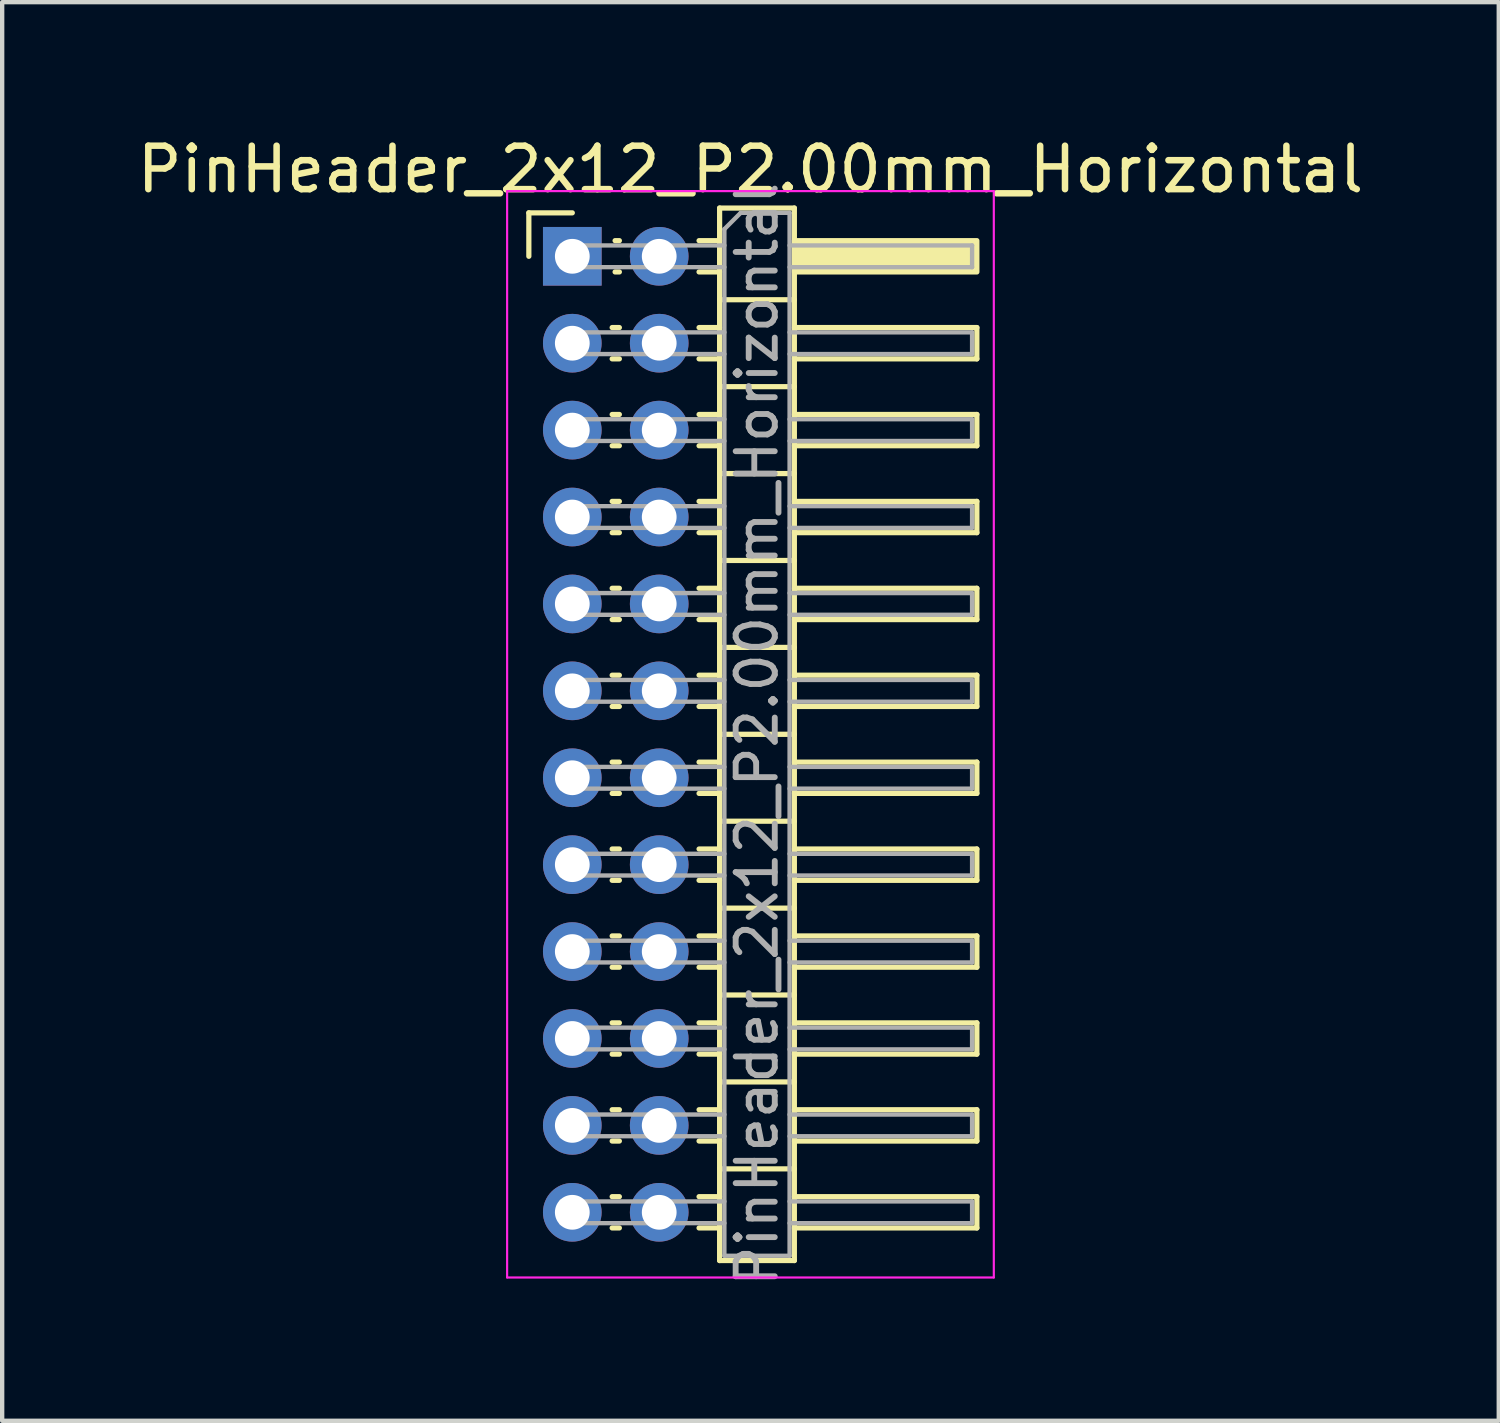
<source format=kicad_pcb>
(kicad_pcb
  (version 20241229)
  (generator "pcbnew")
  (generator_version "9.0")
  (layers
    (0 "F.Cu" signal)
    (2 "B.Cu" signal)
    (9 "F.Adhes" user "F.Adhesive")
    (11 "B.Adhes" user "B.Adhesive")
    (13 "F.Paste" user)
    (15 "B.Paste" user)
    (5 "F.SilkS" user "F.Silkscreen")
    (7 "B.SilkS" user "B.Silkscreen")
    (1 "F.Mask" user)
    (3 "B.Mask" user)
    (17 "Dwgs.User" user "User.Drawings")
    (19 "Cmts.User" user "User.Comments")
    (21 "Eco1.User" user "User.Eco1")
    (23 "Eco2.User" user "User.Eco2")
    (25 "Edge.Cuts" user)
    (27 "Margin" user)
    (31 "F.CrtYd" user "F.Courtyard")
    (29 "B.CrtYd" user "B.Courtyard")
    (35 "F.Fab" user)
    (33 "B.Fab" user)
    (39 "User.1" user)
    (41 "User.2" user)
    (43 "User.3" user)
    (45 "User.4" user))
  (footprint "PinHeader_2x12_P2.00mm_Horizontal"
    (layer "F.Cu")
    (at 10.12 2.848)
    (property "Reference" "PinHeader_2x12_P2.00mm_Horizontal" (at 4.1 -2 0) (layer "F.SilkS") (effects (font (size 1 1) (thickness 0.15))))
    (attr through_hole)
    (fp_line (start -1 -1) (end 0 -1) (stroke (width 0.12) (type solid)) (layer "F.SilkS"))
    (fp_line (start -1 0) (end -1 -1) (stroke (width 0.12) (type solid)) (layer "F.SilkS"))
    (fp_line (start 0.917 1.64) (end 1.083 1.64) (stroke (width 0.12) (type solid)) (layer "F.SilkS"))
    (fp_line (start 0.917 2.36) (end 1.083 2.36) (stroke (width 0.12) (type solid)) (layer "F.SilkS"))
    (fp_line (start 0.917 3.64) (end 1.083 3.64) (stroke (width 0.12) (type solid)) (layer "F.SilkS"))
    (fp_line (start 0.917 4.36) (end 1.083 4.36) (stroke (width 0.12) (type solid)) (layer "F.SilkS"))
    (fp_line (start 0.917 5.64) (end 1.083 5.64) (stroke (width 0.12) (type solid)) (layer "F.SilkS"))
    (fp_line (start 0.917 6.36) (end 1.083 6.36) (stroke (width 0.12) (type solid)) (layer "F.SilkS"))
    (fp_line (start 0.917 7.64) (end 1.083 7.64) (stroke (width 0.12) (type solid)) (layer "F.SilkS"))
    (fp_line (start 0.917 8.36) (end 1.083 8.36) (stroke (width 0.12) (type solid)) (layer "F.SilkS"))
    (fp_line (start 0.917 9.64) (end 1.083 9.64) (stroke (width 0.12) (type solid)) (layer "F.SilkS"))
    (fp_line (start 0.917 10.36) (end 1.083 10.36) (stroke (width 0.12) (type solid)) (layer "F.SilkS"))
    (fp_line (start 0.917 11.64) (end 1.083 11.64) (stroke (width 0.12) (type solid)) (layer "F.SilkS"))
    (fp_line (start 0.917 12.36) (end 1.083 12.36) (stroke (width 0.12) (type solid)) (layer "F.SilkS"))
    (fp_line (start 0.917 13.64) (end 1.083 13.64) (stroke (width 0.12) (type solid)) (layer "F.SilkS"))
    (fp_line (start 0.917 14.36) (end 1.083 14.36) (stroke (width 0.12) (type solid)) (layer "F.SilkS"))
    (fp_line (start 0.917 15.64) (end 1.083 15.64) (stroke (width 0.12) (type solid)) (layer "F.SilkS"))
    (fp_line (start 0.917 16.36) (end 1.083 16.36) (stroke (width 0.12) (type solid)) (layer "F.SilkS"))
    (fp_line (start 0.917 17.64) (end 1.083 17.64) (stroke (width 0.12) (type solid)) (layer "F.SilkS"))
    (fp_line (start 0.917 18.36) (end 1.083 18.36) (stroke (width 0.12) (type solid)) (layer "F.SilkS"))
    (fp_line (start 0.917 19.64) (end 1.083 19.64) (stroke (width 0.12) (type solid)) (layer "F.SilkS"))
    (fp_line (start 0.917 20.36) (end 1.083 20.36) (stroke (width 0.12) (type solid)) (layer "F.SilkS"))
    (fp_line (start 0.917 21.64) (end 1.083 21.64) (stroke (width 0.12) (type solid)) (layer "F.SilkS"))
    (fp_line (start 0.917 22.36) (end 1.083 22.36) (stroke (width 0.12) (type solid)) (layer "F.SilkS"))
    (fp_line (start 0.985 -0.36) (end 1.083 -0.36) (stroke (width 0.12) (type solid)) (layer "F.SilkS"))
    (fp_line (start 0.985 0.36) (end 1.083 0.36) (stroke (width 0.12) (type solid)) (layer "F.SilkS"))
    (fp_line (start 2.917 -0.36) (end 3.39 -0.36) (stroke (width 0.12) (type solid)) (layer "F.SilkS"))
    (fp_line (start 2.917 0.36) (end 3.39 0.36) (stroke (width 0.12) (type solid)) (layer "F.SilkS"))
    (fp_line (start 2.917 1.64) (end 3.39 1.64) (stroke (width 0.12) (type solid)) (layer "F.SilkS"))
    (fp_line (start 2.917 2.36) (end 3.39 2.36) (stroke (width 0.12) (type solid)) (layer "F.SilkS"))
    (fp_line (start 2.917 3.64) (end 3.39 3.64) (stroke (width 0.12) (type solid)) (layer "F.SilkS"))
    (fp_line (start 2.917 4.36) (end 3.39 4.36) (stroke (width 0.12) (type solid)) (layer "F.SilkS"))
    (fp_line (start 2.917 5.64) (end 3.39 5.64) (stroke (width 0.12) (type solid)) (layer "F.SilkS"))
    (fp_line (start 2.917 6.36) (end 3.39 6.36) (stroke (width 0.12) (type solid)) (layer "F.SilkS"))
    (fp_line (start 2.917 7.64) (end 3.39 7.64) (stroke (width 0.12) (type solid)) (layer "F.SilkS"))
    (fp_line (start 2.917 8.36) (end 3.39 8.36) (stroke (width 0.12) (type solid)) (layer "F.SilkS"))
    (fp_line (start 2.917 9.64) (end 3.39 9.64) (stroke (width 0.12) (type solid)) (layer "F.SilkS"))
    (fp_line (start 2.917 10.36) (end 3.39 10.36) (stroke (width 0.12) (type solid)) (layer "F.SilkS"))
    (fp_line (start 2.917 11.64) (end 3.39 11.64) (stroke (width 0.12) (type solid)) (layer "F.SilkS"))
    (fp_line (start 2.917 12.36) (end 3.39 12.36) (stroke (width 0.12) (type solid)) (layer "F.SilkS"))
    (fp_line (start 2.917 13.64) (end 3.39 13.64) (stroke (width 0.12) (type solid)) (layer "F.SilkS"))
    (fp_line (start 2.917 14.36) (end 3.39 14.36) (stroke (width 0.12) (type solid)) (layer "F.SilkS"))
    (fp_line (start 2.917 15.64) (end 3.39 15.64) (stroke (width 0.12) (type solid)) (layer "F.SilkS"))
    (fp_line (start 2.917 16.36) (end 3.39 16.36) (stroke (width 0.12) (type solid)) (layer "F.SilkS"))
    (fp_line (start 2.917 17.64) (end 3.39 17.64) (stroke (width 0.12) (type solid)) (layer "F.SilkS"))
    (fp_line (start 2.917 18.36) (end 3.39 18.36) (stroke (width 0.12) (type solid)) (layer "F.SilkS"))
    (fp_line (start 2.917 19.64) (end 3.39 19.64) (stroke (width 0.12) (type solid)) (layer "F.SilkS"))
    (fp_line (start 2.917 20.36) (end 3.39 20.36) (stroke (width 0.12) (type solid)) (layer "F.SilkS"))
    (fp_line (start 2.917 21.64) (end 3.39 21.64) (stroke (width 0.12) (type solid)) (layer "F.SilkS"))
    (fp_line (start 2.917 22.36) (end 3.39 22.36) (stroke (width 0.12) (type solid)) (layer "F.SilkS"))
    (fp_line (start 3.39 -1.11) (end 3.39 23.11) (stroke (width 0.12) (type solid)) (layer "F.SilkS"))
    (fp_line (start 3.39 1) (end 5.11 1) (stroke (width 0.12) (type solid)) (layer "F.SilkS"))
    (fp_line (start 3.39 3) (end 5.11 3) (stroke (width 0.12) (type solid)) (layer "F.SilkS"))
    (fp_line (start 3.39 5) (end 5.11 5) (stroke (width 0.12) (type solid)) (layer "F.SilkS"))
    (fp_line (start 3.39 7) (end 5.11 7) (stroke (width 0.12) (type solid)) (layer "F.SilkS"))
    (fp_line (start 3.39 9) (end 5.11 9) (stroke (width 0.12) (type solid)) (layer "F.SilkS"))
    (fp_line (start 3.39 11) (end 5.11 11) (stroke (width 0.12) (type solid)) (layer "F.SilkS"))
    (fp_line (start 3.39 13) (end 5.11 13) (stroke (width 0.12) (type solid)) (layer "F.SilkS"))
    (fp_line (start 3.39 15) (end 5.11 15) (stroke (width 0.12) (type solid)) (layer "F.SilkS"))
    (fp_line (start 3.39 17) (end 5.11 17) (stroke (width 0.12) (type solid)) (layer "F.SilkS"))
    (fp_line (start 3.39 19) (end 5.11 19) (stroke (width 0.12) (type solid)) (layer "F.SilkS"))
    (fp_line (start 3.39 21) (end 5.11 21) (stroke (width 0.12) (type solid)) (layer "F.SilkS"))
    (fp_line (start 3.39 23.11) (end 5.11 23.11) (stroke (width 0.12) (type solid)) (layer "F.SilkS"))
    (fp_line (start 5.11 -1.11) (end 3.39 -1.11) (stroke (width 0.12) (type solid)) (layer "F.SilkS"))
    (fp_line (start 5.11 1.64) (end 9.31 1.64) (stroke (width 0.12) (type solid)) (layer "F.SilkS"))
    (fp_line (start 5.11 3.64) (end 9.31 3.64) (stroke (width 0.12) (type solid)) (layer "F.SilkS"))
    (fp_line (start 5.11 5.64) (end 9.31 5.64) (stroke (width 0.12) (type solid)) (layer "F.SilkS"))
    (fp_line (start 5.11 7.64) (end 9.31 7.64) (stroke (width 0.12) (type solid)) (layer "F.SilkS"))
    (fp_line (start 5.11 9.64) (end 9.31 9.64) (stroke (width 0.12) (type solid)) (layer "F.SilkS"))
    (fp_line (start 5.11 11.64) (end 9.31 11.64) (stroke (width 0.12) (type solid)) (layer "F.SilkS"))
    (fp_line (start 5.11 13.64) (end 9.31 13.64) (stroke (width 0.12) (type solid)) (layer "F.SilkS"))
    (fp_line (start 5.11 15.64) (end 9.31 15.64) (stroke (width 0.12) (type solid)) (layer "F.SilkS"))
    (fp_line (start 5.11 17.64) (end 9.31 17.64) (stroke (width 0.12) (type solid)) (layer "F.SilkS"))
    (fp_line (start 5.11 19.64) (end 9.31 19.64) (stroke (width 0.12) (type solid)) (layer "F.SilkS"))
    (fp_line (start 5.11 21.64) (end 9.31 21.64) (stroke (width 0.12) (type solid)) (layer "F.SilkS"))
    (fp_line (start 5.11 23.11) (end 5.11 -1.11) (stroke (width 0.12) (type solid)) (layer "F.SilkS"))
    (fp_line (start 9.31 1.64) (end 9.31 2.36) (stroke (width 0.12) (type solid)) (layer "F.SilkS"))
    (fp_line (start 9.31 2.36) (end 5.11 2.36) (stroke (width 0.12) (type solid)) (layer "F.SilkS"))
    (fp_line (start 9.31 3.64) (end 9.31 4.36) (stroke (width 0.12) (type solid)) (layer "F.SilkS"))
    (fp_line (start 9.31 4.36) (end 5.11 4.36) (stroke (width 0.12) (type solid)) (layer "F.SilkS"))
    (fp_line (start 9.31 5.64) (end 9.31 6.36) (stroke (width 0.12) (type solid)) (layer "F.SilkS"))
    (fp_line (start 9.31 6.36) (end 5.11 6.36) (stroke (width 0.12) (type solid)) (layer "F.SilkS"))
    (fp_line (start 9.31 7.64) (end 9.31 8.36) (stroke (width 0.12) (type solid)) (layer "F.SilkS"))
    (fp_line (start 9.31 8.36) (end 5.11 8.36) (stroke (width 0.12) (type solid)) (layer "F.SilkS"))
    (fp_line (start 9.31 9.64) (end 9.31 10.36) (stroke (width 0.12) (type solid)) (layer "F.SilkS"))
    (fp_line (start 9.31 10.36) (end 5.11 10.36) (stroke (width 0.12) (type solid)) (layer "F.SilkS"))
    (fp_line (start 9.31 11.64) (end 9.31 12.36) (stroke (width 0.12) (type solid)) (layer "F.SilkS"))
    (fp_line (start 9.31 12.36) (end 5.11 12.36) (stroke (width 0.12) (type solid)) (layer "F.SilkS"))
    (fp_line (start 9.31 13.64) (end 9.31 14.36) (stroke (width 0.12) (type solid)) (layer "F.SilkS"))
    (fp_line (start 9.31 14.36) (end 5.11 14.36) (stroke (width 0.12) (type solid)) (layer "F.SilkS"))
    (fp_line (start 9.31 15.64) (end 9.31 16.36) (stroke (width 0.12) (type solid)) (layer "F.SilkS"))
    (fp_line (start 9.31 16.36) (end 5.11 16.36) (stroke (width 0.12) (type solid)) (layer "F.SilkS"))
    (fp_line (start 9.31 17.64) (end 9.31 18.36) (stroke (width 0.12) (type solid)) (layer "F.SilkS"))
    (fp_line (start 9.31 18.36) (end 5.11 18.36) (stroke (width 0.12) (type solid)) (layer "F.SilkS"))
    (fp_line (start 9.31 19.64) (end 9.31 20.36) (stroke (width 0.12) (type solid)) (layer "F.SilkS"))
    (fp_line (start 9.31 20.36) (end 5.11 20.36) (stroke (width 0.12) (type solid)) (layer "F.SilkS"))
    (fp_line (start 9.31 21.64) (end 9.31 22.36) (stroke (width 0.12) (type solid)) (layer "F.SilkS"))
    (fp_line (start 9.31 22.36) (end 5.11 22.36) (stroke (width 0.12) (type solid)) (layer "F.SilkS"))
    (fp_rect (start 5.11 -0.36) (end 9.31 0.36) (stroke (width 0.12) (type solid)) (fill yes) (layer "F.SilkS"))
    (fp_line (start -1.5 -1.5) (end -1.5 23.5) (stroke (width 0.05) (type solid)) (layer "F.CrtYd"))
    (fp_line (start -1.5 23.5) (end 9.7 23.5) (stroke (width 0.05) (type solid)) (layer "F.CrtYd"))
    (fp_line (start 9.7 -1.5) (end -1.5 -1.5) (stroke (width 0.05) (type solid)) (layer "F.CrtYd"))
    (fp_line (start 9.7 23.5) (end 9.7 -1.5) (stroke (width 0.05) (type solid)) (layer "F.CrtYd"))
    (fp_line (start -0.25 -0.25) (end -0.25 0.25) (stroke (width 0.1) (type solid)) (layer "F.Fab"))
    (fp_line (start -0.25 -0.25) (end 3.5 -0.25) (stroke (width 0.1) (type solid)) (layer "F.Fab"))
    (fp_line (start -0.25 0.25) (end 3.5 0.25) (stroke (width 0.1) (type solid)) (layer "F.Fab"))
    (fp_line (start -0.25 1.75) (end -0.25 2.25) (stroke (width 0.1) (type solid)) (layer "F.Fab"))
    (fp_line (start -0.25 1.75) (end 3.5 1.75) (stroke (width 0.1) (type solid)) (layer "F.Fab"))
    (fp_line (start -0.25 2.25) (end 3.5 2.25) (stroke (width 0.1) (type solid)) (layer "F.Fab"))
    (fp_line (start -0.25 3.75) (end -0.25 4.25) (stroke (width 0.1) (type solid)) (layer "F.Fab"))
    (fp_line (start -0.25 3.75) (end 3.5 3.75) (stroke (width 0.1) (type solid)) (layer "F.Fab"))
    (fp_line (start -0.25 4.25) (end 3.5 4.25) (stroke (width 0.1) (type solid)) (layer "F.Fab"))
    (fp_line (start -0.25 5.75) (end -0.25 6.25) (stroke (width 0.1) (type solid)) (layer "F.Fab"))
    (fp_line (start -0.25 5.75) (end 3.5 5.75) (stroke (width 0.1) (type solid)) (layer "F.Fab"))
    (fp_line (start -0.25 6.25) (end 3.5 6.25) (stroke (width 0.1) (type solid)) (layer "F.Fab"))
    (fp_line (start -0.25 7.75) (end -0.25 8.25) (stroke (width 0.1) (type solid)) (layer "F.Fab"))
    (fp_line (start -0.25 7.75) (end 3.5 7.75) (stroke (width 0.1) (type solid)) (layer "F.Fab"))
    (fp_line (start -0.25 8.25) (end 3.5 8.25) (stroke (width 0.1) (type solid)) (layer "F.Fab"))
    (fp_line (start -0.25 9.75) (end -0.25 10.25) (stroke (width 0.1) (type solid)) (layer "F.Fab"))
    (fp_line (start -0.25 9.75) (end 3.5 9.75) (stroke (width 0.1) (type solid)) (layer "F.Fab"))
    (fp_line (start -0.25 10.25) (end 3.5 10.25) (stroke (width 0.1) (type solid)) (layer "F.Fab"))
    (fp_line (start -0.25 11.75) (end -0.25 12.25) (stroke (width 0.1) (type solid)) (layer "F.Fab"))
    (fp_line (start -0.25 11.75) (end 3.5 11.75) (stroke (width 0.1) (type solid)) (layer "F.Fab"))
    (fp_line (start -0.25 12.25) (end 3.5 12.25) (stroke (width 0.1) (type solid)) (layer "F.Fab"))
    (fp_line (start -0.25 13.75) (end -0.25 14.25) (stroke (width 0.1) (type solid)) (layer "F.Fab"))
    (fp_line (start -0.25 13.75) (end 3.5 13.75) (stroke (width 0.1) (type solid)) (layer "F.Fab"))
    (fp_line (start -0.25 14.25) (end 3.5 14.25) (stroke (width 0.1) (type solid)) (layer "F.Fab"))
    (fp_line (start -0.25 15.75) (end -0.25 16.25) (stroke (width 0.1) (type solid)) (layer "F.Fab"))
    (fp_line (start -0.25 15.75) (end 3.5 15.75) (stroke (width 0.1) (type solid)) (layer "F.Fab"))
    (fp_line (start -0.25 16.25) (end 3.5 16.25) (stroke (width 0.1) (type solid)) (layer "F.Fab"))
    (fp_line (start -0.25 17.75) (end -0.25 18.25) (stroke (width 0.1) (type solid)) (layer "F.Fab"))
    (fp_line (start -0.25 17.75) (end 3.5 17.75) (stroke (width 0.1) (type solid)) (layer "F.Fab"))
    (fp_line (start -0.25 18.25) (end 3.5 18.25) (stroke (width 0.1) (type solid)) (layer "F.Fab"))
    (fp_line (start -0.25 19.75) (end -0.25 20.25) (stroke (width 0.1) (type solid)) (layer "F.Fab"))
    (fp_line (start -0.25 19.75) (end 3.5 19.75) (stroke (width 0.1) (type solid)) (layer "F.Fab"))
    (fp_line (start -0.25 20.25) (end 3.5 20.25) (stroke (width 0.1) (type solid)) (layer "F.Fab"))
    (fp_line (start -0.25 21.75) (end -0.25 22.25) (stroke (width 0.1) (type solid)) (layer "F.Fab"))
    (fp_line (start -0.25 21.75) (end 3.5 21.75) (stroke (width 0.1) (type solid)) (layer "F.Fab"))
    (fp_line (start -0.25 22.25) (end 3.5 22.25) (stroke (width 0.1) (type solid)) (layer "F.Fab"))
    (fp_line (start 3.5 -0.625) (end 3.875 -1) (stroke (width 0.1) (type solid)) (layer "F.Fab"))
    (fp_line (start 3.5 23) (end 3.5 -0.625) (stroke (width 0.1) (type solid)) (layer "F.Fab"))
    (fp_line (start 3.875 -1) (end 5 -1) (stroke (width 0.1) (type solid)) (layer "F.Fab"))
    (fp_line (start 5 -1) (end 5 23) (stroke (width 0.1) (type solid)) (layer "F.Fab"))
    (fp_line (start 5 -0.25) (end 9.2 -0.25) (stroke (width 0.1) (type solid)) (layer "F.Fab"))
    (fp_line (start 5 0.25) (end 9.2 0.25) (stroke (width 0.1) (type solid)) (layer "F.Fab"))
    (fp_line (start 5 1.75) (end 9.2 1.75) (stroke (width 0.1) (type solid)) (layer "F.Fab"))
    (fp_line (start 5 2.25) (end 9.2 2.25) (stroke (width 0.1) (type solid)) (layer "F.Fab"))
    (fp_line (start 5 3.75) (end 9.2 3.75) (stroke (width 0.1) (type solid)) (layer "F.Fab"))
    (fp_line (start 5 4.25) (end 9.2 4.25) (stroke (width 0.1) (type solid)) (layer "F.Fab"))
    (fp_line (start 5 5.75) (end 9.2 5.75) (stroke (width 0.1) (type solid)) (layer "F.Fab"))
    (fp_line (start 5 6.25) (end 9.2 6.25) (stroke (width 0.1) (type solid)) (layer "F.Fab"))
    (fp_line (start 5 7.75) (end 9.2 7.75) (stroke (width 0.1) (type solid)) (layer "F.Fab"))
    (fp_line (start 5 8.25) (end 9.2 8.25) (stroke (width 0.1) (type solid)) (layer "F.Fab"))
    (fp_line (start 5 9.75) (end 9.2 9.75) (stroke (width 0.1) (type solid)) (layer "F.Fab"))
    (fp_line (start 5 10.25) (end 9.2 10.25) (stroke (width 0.1) (type solid)) (layer "F.Fab"))
    (fp_line (start 5 11.75) (end 9.2 11.75) (stroke (width 0.1) (type solid)) (layer "F.Fab"))
    (fp_line (start 5 12.25) (end 9.2 12.25) (stroke (width 0.1) (type solid)) (layer "F.Fab"))
    (fp_line (start 5 13.75) (end 9.2 13.75) (stroke (width 0.1) (type solid)) (layer "F.Fab"))
    (fp_line (start 5 14.25) (end 9.2 14.25) (stroke (width 0.1) (type solid)) (layer "F.Fab"))
    (fp_line (start 5 15.75) (end 9.2 15.75) (stroke (width 0.1) (type solid)) (layer "F.Fab"))
    (fp_line (start 5 16.25) (end 9.2 16.25) (stroke (width 0.1) (type solid)) (layer "F.Fab"))
    (fp_line (start 5 17.75) (end 9.2 17.75) (stroke (width 0.1) (type solid)) (layer "F.Fab"))
    (fp_line (start 5 18.25) (end 9.2 18.25) (stroke (width 0.1) (type solid)) (layer "F.Fab"))
    (fp_line (start 5 19.75) (end 9.2 19.75) (stroke (width 0.1) (type solid)) (layer "F.Fab"))
    (fp_line (start 5 20.25) (end 9.2 20.25) (stroke (width 0.1) (type solid)) (layer "F.Fab"))
    (fp_line (start 5 21.75) (end 9.2 21.75) (stroke (width 0.1) (type solid)) (layer "F.Fab"))
    (fp_line (start 5 22.25) (end 9.2 22.25) (stroke (width 0.1) (type solid)) (layer "F.Fab"))
    (fp_line (start 5 23) (end 3.5 23) (stroke (width 0.1) (type solid)) (layer "F.Fab"))
    (fp_line (start 9.2 -0.25) (end 9.2 0.25) (stroke (width 0.1) (type solid)) (layer "F.Fab"))
    (fp_line (start 9.2 1.75) (end 9.2 2.25) (stroke (width 0.1) (type solid)) (layer "F.Fab"))
    (fp_line (start 9.2 3.75) (end 9.2 4.25) (stroke (width 0.1) (type solid)) (layer "F.Fab"))
    (fp_line (start 9.2 5.75) (end 9.2 6.25) (stroke (width 0.1) (type solid)) (layer "F.Fab"))
    (fp_line (start 9.2 7.75) (end 9.2 8.25) (stroke (width 0.1) (type solid)) (layer "F.Fab"))
    (fp_line (start 9.2 9.75) (end 9.2 10.25) (stroke (width 0.1) (type solid)) (layer "F.Fab"))
    (fp_line (start 9.2 11.75) (end 9.2 12.25) (stroke (width 0.1) (type solid)) (layer "F.Fab"))
    (fp_line (start 9.2 13.75) (end 9.2 14.25) (stroke (width 0.1) (type solid)) (layer "F.Fab"))
    (fp_line (start 9.2 15.75) (end 9.2 16.25) (stroke (width 0.1) (type solid)) (layer "F.Fab"))
    (fp_line (start 9.2 17.75) (end 9.2 18.25) (stroke (width 0.1) (type solid)) (layer "F.Fab"))
    (fp_line (start 9.2 19.75) (end 9.2 20.25) (stroke (width 0.1) (type solid)) (layer "F.Fab"))
    (fp_line (start 9.2 21.75) (end 9.2 22.25) (stroke (width 0.1) (type solid)) (layer "F.Fab"))
    (fp_text user "${REFERENCE}" (at 4.25 11 90) (layer "F.Fab") (effects (font (size 0.9 0.9) (thickness 0.135))))
    (pad "1" thru_hole rect (at 0 0) (size 1.35 1.35) (drill 0.8) (layers "*.Cu" "*.Mask"))
    (pad "2" thru_hole circle (at 2 0) (size 1.35 1.35) (drill 0.8) (layers "*.Cu" "*.Mask"))
    (pad "3" thru_hole circle (at 0 2) (size 1.35 1.35) (drill 0.8) (layers "*.Cu" "*.Mask"))
    (pad "4" thru_hole circle (at 2 2) (size 1.35 1.35) (drill 0.8) (layers "*.Cu" "*.Mask"))
    (pad "5" thru_hole circle (at 0 4) (size 1.35 1.35) (drill 0.8) (layers "*.Cu" "*.Mask"))
    (pad "6" thru_hole circle (at 2 4) (size 1.35 1.35) (drill 0.8) (layers "*.Cu" "*.Mask"))
    (pad "7" thru_hole circle (at 0 6) (size 1.35 1.35) (drill 0.8) (layers "*.Cu" "*.Mask"))
    (pad "8" thru_hole circle (at 2 6) (size 1.35 1.35) (drill 0.8) (layers "*.Cu" "*.Mask"))
    (pad "9" thru_hole circle (at 0 8) (size 1.35 1.35) (drill 0.8) (layers "*.Cu" "*.Mask"))
    (pad "10" thru_hole circle (at 2 8) (size 1.35 1.35) (drill 0.8) (layers "*.Cu" "*.Mask"))
    (pad "11" thru_hole circle (at 0 10) (size 1.35 1.35) (drill 0.8) (layers "*.Cu" "*.Mask"))
    (pad "12" thru_hole circle (at 2 10) (size 1.35 1.35) (drill 0.8) (layers "*.Cu" "*.Mask"))
    (pad "13" thru_hole circle (at 0 12) (size 1.35 1.35) (drill 0.8) (layers "*.Cu" "*.Mask"))
    (pad "14" thru_hole circle (at 2 12) (size 1.35 1.35) (drill 0.8) (layers "*.Cu" "*.Mask"))
    (pad "15" thru_hole circle (at 0 14) (size 1.35 1.35) (drill 0.8) (layers "*.Cu" "*.Mask"))
    (pad "16" thru_hole circle (at 2 14) (size 1.35 1.35) (drill 0.8) (layers "*.Cu" "*.Mask"))
    (pad "17" thru_hole circle (at 0 16) (size 1.35 1.35) (drill 0.8) (layers "*.Cu" "*.Mask"))
    (pad "18" thru_hole circle (at 2 16) (size 1.35 1.35) (drill 0.8) (layers "*.Cu" "*.Mask"))
    (pad "19" thru_hole circle (at 0 18) (size 1.35 1.35) (drill 0.8) (layers "*.Cu" "*.Mask"))
    (pad "20" thru_hole circle (at 2 18) (size 1.35 1.35) (drill 0.8) (layers "*.Cu" "*.Mask"))
    (pad "21" thru_hole circle (at 0 20) (size 1.35 1.35) (drill 0.8) (layers "*.Cu" "*.Mask"))
    (pad "22" thru_hole circle (at 2 20) (size 1.35 1.35) (drill 0.8) (layers "*.Cu" "*.Mask"))
    (pad "23" thru_hole circle (at 0 22) (size 1.35 1.35) (drill 0.8) (layers "*.Cu" "*.Mask"))
    (pad "24" thru_hole circle (at 2 22) (size 1.35 1.35) (drill 0.8) (layers "*.Cu" "*.Mask")))
  (gr_rect
    (start -3 -3)
    (end 31.44 29.646)
    (stroke (width 0.1) (type default))
    (fill no)
    (layer "Edge.Cuts")))
</source>
